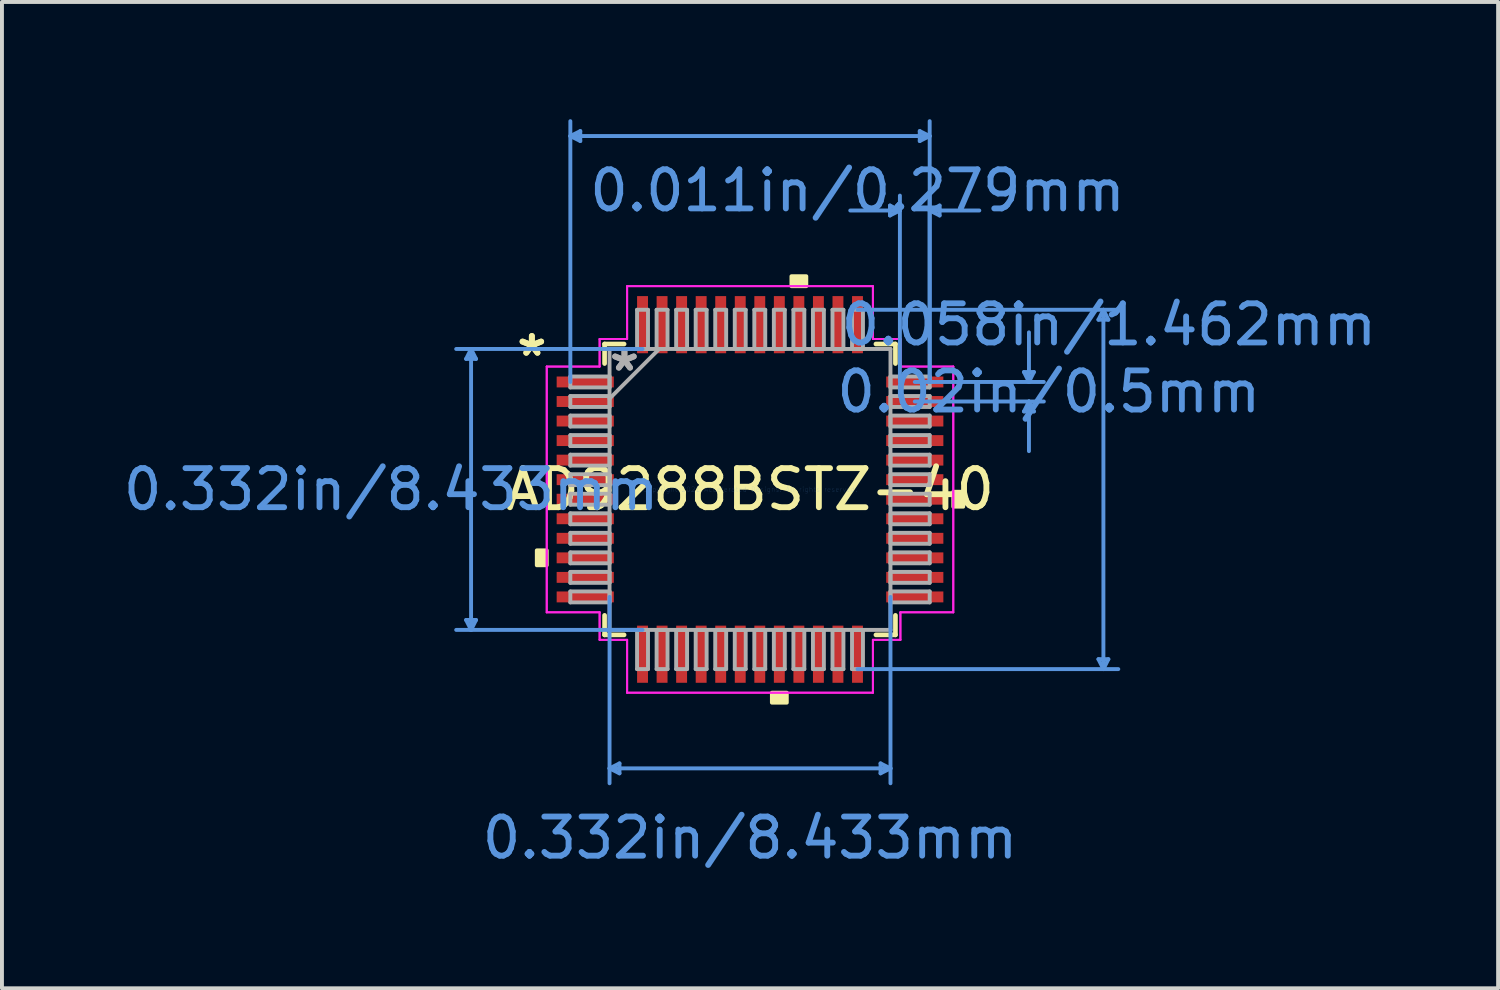
<source format=kicad_pcb>
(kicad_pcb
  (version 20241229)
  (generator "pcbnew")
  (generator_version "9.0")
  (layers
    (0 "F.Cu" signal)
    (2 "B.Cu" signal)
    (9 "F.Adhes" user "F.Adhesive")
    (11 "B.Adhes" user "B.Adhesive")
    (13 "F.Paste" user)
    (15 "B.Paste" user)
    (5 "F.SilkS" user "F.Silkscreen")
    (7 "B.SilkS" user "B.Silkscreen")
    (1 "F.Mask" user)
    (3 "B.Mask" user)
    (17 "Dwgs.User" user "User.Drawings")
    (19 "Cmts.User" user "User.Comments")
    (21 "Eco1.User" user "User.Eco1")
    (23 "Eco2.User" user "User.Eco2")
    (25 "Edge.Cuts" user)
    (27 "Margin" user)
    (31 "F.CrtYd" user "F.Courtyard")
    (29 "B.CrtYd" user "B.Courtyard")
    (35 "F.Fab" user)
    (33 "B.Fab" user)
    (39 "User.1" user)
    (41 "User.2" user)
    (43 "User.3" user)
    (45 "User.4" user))
  (footprint "AD9288BSTZ-40"
    (layer "F.Cu")
    (at 16.14 9.473)
    (property "Reference" "AD9288BSTZ-40" (at 0 0 0) (layer "F.SilkS") (effects (font (size 1 1) (thickness 0.15))))
    (attr through_hole)
    (fp_line (start -3.721 -3.721) (end -3.721 -3.222) (stroke (width 0.12) (type solid)) (layer "F.SilkS"))
    (fp_line (start -3.721 3.222) (end -3.721 3.721) (stroke (width 0.12) (type solid)) (layer "F.SilkS"))
    (fp_line (start -3.721 3.721) (end -3.222 3.721) (stroke (width 0.12) (type solid)) (layer "F.SilkS"))
    (fp_line (start -3.222 -3.721) (end -3.721 -3.721) (stroke (width 0.12) (type solid)) (layer "F.SilkS"))
    (fp_line (start 3.222 3.721) (end 3.721 3.721) (stroke (width 0.12) (type solid)) (layer "F.SilkS"))
    (fp_line (start 3.721 -3.721) (end 3.222 -3.721) (stroke (width 0.12) (type solid)) (layer "F.SilkS"))
    (fp_line (start 3.721 -3.222) (end 3.721 -3.721) (stroke (width 0.12) (type solid)) (layer "F.SilkS"))
    (fp_line (start 3.721 3.721) (end 3.721 3.222) (stroke (width 0.12) (type solid)) (layer "F.SilkS"))
    (fp_poly (pts (xy -5.455 1.559) (xy -5.455 1.94) (xy -5.201 1.94) (xy -5.201 1.559)) (stroke (width 0.1) (type solid)) (fill yes) (layer "F.SilkS"))
    (fp_poly (pts (xy 0.56 5.201) (xy 0.56 5.455) (xy 0.941 5.455) (xy 0.941 5.201)) (stroke (width 0.1) (type solid)) (fill yes) (layer "F.SilkS"))
    (fp_poly (pts (xy 1.06 -5.201) (xy 1.06 -5.455) (xy 1.44 -5.455) (xy 1.44 -5.201)) (stroke (width 0.1) (type solid)) (fill yes) (layer "F.SilkS"))
    (fp_poly (pts (xy 5.455 0.059) (xy 5.455 0.441) (xy 5.201 0.441) (xy 5.201 0.059)) (stroke (width 0.1) (type solid)) (fill yes) (layer "F.SilkS"))
    (fp_line (start -7.264 -3.34) (end -7.01 -3.34) (stroke (width 0.1) (type solid)) (layer "Cmts.User"))
    (fp_line (start -7.264 3.34) (end -7.01 3.34) (stroke (width 0.1) (type solid)) (layer "Cmts.User"))
    (fp_line (start -7.137 -3.594) (end -7.264 -3.34) (stroke (width 0.1) (type solid)) (layer "Cmts.User"))
    (fp_line (start -7.137 -3.594) (end -7.137 3.594) (stroke (width 0.1) (type solid)) (layer "Cmts.User"))
    (fp_line (start -7.137 -3.594) (end -7.01 -3.34) (stroke (width 0.1) (type solid)) (layer "Cmts.User"))
    (fp_line (start -7.137 3.594) (end -7.264 3.34) (stroke (width 0.1) (type solid)) (layer "Cmts.User"))
    (fp_line (start -7.137 3.594) (end -7.01 3.34) (stroke (width 0.1) (type solid)) (layer "Cmts.User"))
    (fp_line (start -4.597 -9.042) (end -4.343 -9.169) (stroke (width 0.1) (type solid)) (layer "Cmts.User"))
    (fp_line (start -4.597 -9.042) (end -4.343 -8.915) (stroke (width 0.1) (type solid)) (layer "Cmts.User"))
    (fp_line (start -4.597 -9.042) (end 4.597 -9.042) (stroke (width 0.1) (type solid)) (layer "Cmts.User"))
    (fp_line (start -4.597 -2.75) (end -4.597 -9.423) (stroke (width 0.1) (type solid)) (layer "Cmts.User"))
    (fp_line (start -4.343 -9.169) (end -4.343 -8.915) (stroke (width 0.1) (type solid)) (layer "Cmts.User"))
    (fp_line (start -3.594 2.75) (end -3.594 7.518) (stroke (width 0.1) (type solid)) (layer "Cmts.User"))
    (fp_line (start -3.594 7.137) (end -3.34 7.01) (stroke (width 0.1) (type solid)) (layer "Cmts.User"))
    (fp_line (start -3.594 7.137) (end -3.34 7.264) (stroke (width 0.1) (type solid)) (layer "Cmts.User"))
    (fp_line (start -3.594 7.137) (end 3.594 7.137) (stroke (width 0.1) (type solid)) (layer "Cmts.User"))
    (fp_line (start -3.34 7.01) (end -3.34 7.264) (stroke (width 0.1) (type solid)) (layer "Cmts.User"))
    (fp_line (start -2.75 -3.594) (end -7.518 -3.594) (stroke (width 0.1) (type solid)) (layer "Cmts.User"))
    (fp_line (start -2.75 3.594) (end -7.518 3.594) (stroke (width 0.1) (type solid)) (layer "Cmts.User"))
    (fp_line (start 2.75 -4.597) (end 9.423 -4.597) (stroke (width 0.1) (type solid)) (layer "Cmts.User"))
    (fp_line (start 2.75 4.597) (end 9.423 4.597) (stroke (width 0.1) (type solid)) (layer "Cmts.User"))
    (fp_line (start 3.34 7.01) (end 3.34 7.264) (stroke (width 0.1) (type solid)) (layer "Cmts.User"))
    (fp_line (start 3.581 -7.264) (end 3.581 -7.01) (stroke (width 0.1) (type solid)) (layer "Cmts.User"))
    (fp_line (start 3.594 2.75) (end 3.594 7.518) (stroke (width 0.1) (type solid)) (layer "Cmts.User"))
    (fp_line (start 3.594 7.137) (end 3.34 7.01) (stroke (width 0.1) (type solid)) (layer "Cmts.User"))
    (fp_line (start 3.594 7.137) (end 3.34 7.264) (stroke (width 0.1) (type solid)) (layer "Cmts.User"))
    (fp_line (start 3.835 -7.137) (end 2.565 -7.137) (stroke (width 0.1) (type solid)) (layer "Cmts.User"))
    (fp_line (start 3.835 -7.137) (end 3.581 -7.264) (stroke (width 0.1) (type solid)) (layer "Cmts.User"))
    (fp_line (start 3.835 -7.137) (end 3.581 -7.01) (stroke (width 0.1) (type solid)) (layer "Cmts.User"))
    (fp_line (start 3.835 -2.75) (end 3.835 -7.518) (stroke (width 0.1) (type solid)) (layer "Cmts.User"))
    (fp_line (start 4.216 -2.75) (end 7.518 -2.75) (stroke (width 0.1) (type solid)) (layer "Cmts.User"))
    (fp_line (start 4.216 -2.25) (end 7.518 -2.25) (stroke (width 0.1) (type solid)) (layer "Cmts.User"))
    (fp_line (start 4.343 -9.169) (end 4.343 -8.915) (stroke (width 0.1) (type solid)) (layer "Cmts.User"))
    (fp_line (start 4.597 -9.042) (end 4.343 -9.169) (stroke (width 0.1) (type solid)) (layer "Cmts.User"))
    (fp_line (start 4.597 -9.042) (end 4.343 -8.915) (stroke (width 0.1) (type solid)) (layer "Cmts.User"))
    (fp_line (start 4.597 -7.137) (end 4.851 -7.264) (stroke (width 0.1) (type solid)) (layer "Cmts.User"))
    (fp_line (start 4.597 -7.137) (end 4.851 -7.01) (stroke (width 0.1) (type solid)) (layer "Cmts.User"))
    (fp_line (start 4.597 -7.137) (end 5.867 -7.137) (stroke (width 0.1) (type solid)) (layer "Cmts.User"))
    (fp_line (start 4.597 -2.75) (end 4.597 -9.423) (stroke (width 0.1) (type solid)) (layer "Cmts.User"))
    (fp_line (start 4.597 -2.75) (end 4.597 -7.518) (stroke (width 0.1) (type solid)) (layer "Cmts.User"))
    (fp_line (start 4.851 -7.264) (end 4.851 -7.01) (stroke (width 0.1) (type solid)) (layer "Cmts.User"))
    (fp_line (start 7.01 -3.004) (end 7.264 -3.004) (stroke (width 0.1) (type solid)) (layer "Cmts.User"))
    (fp_line (start 7.01 -1.996) (end 7.264 -1.996) (stroke (width 0.1) (type solid)) (layer "Cmts.User"))
    (fp_line (start 7.137 -2.75) (end 7.01 -3.004) (stroke (width 0.1) (type solid)) (layer "Cmts.User"))
    (fp_line (start 7.137 -2.75) (end 7.137 -4.02) (stroke (width 0.1) (type solid)) (layer "Cmts.User"))
    (fp_line (start 7.137 -2.75) (end 7.264 -3.004) (stroke (width 0.1) (type solid)) (layer "Cmts.User"))
    (fp_line (start 7.137 -2.25) (end 7.01 -1.996) (stroke (width 0.1) (type solid)) (layer "Cmts.User"))
    (fp_line (start 7.137 -2.25) (end 7.137 -0.98) (stroke (width 0.1) (type solid)) (layer "Cmts.User"))
    (fp_line (start 7.137 -2.25) (end 7.264 -1.996) (stroke (width 0.1) (type solid)) (layer "Cmts.User"))
    (fp_line (start 8.915 -4.343) (end 9.169 -4.343) (stroke (width 0.1) (type solid)) (layer "Cmts.User"))
    (fp_line (start 8.915 4.343) (end 9.169 4.343) (stroke (width 0.1) (type solid)) (layer "Cmts.User"))
    (fp_line (start 9.042 -4.597) (end 8.915 -4.343) (stroke (width 0.1) (type solid)) (layer "Cmts.User"))
    (fp_line (start 9.042 -4.597) (end 9.042 4.597) (stroke (width 0.1) (type solid)) (layer "Cmts.User"))
    (fp_line (start 9.042 -4.597) (end 9.169 -4.343) (stroke (width 0.1) (type solid)) (layer "Cmts.User"))
    (fp_line (start 9.042 4.597) (end 8.915 4.343) (stroke (width 0.1) (type solid)) (layer "Cmts.User"))
    (fp_line (start 9.042 4.597) (end 9.169 4.343) (stroke (width 0.1) (type solid)) (layer "Cmts.User"))
    (fp_line (start -5.201 -3.144) (end -3.848 -3.144) (stroke (width 0.05) (type solid)) (layer "F.CrtYd"))
    (fp_line (start -5.201 -3.144) (end -3.848 -3.144) (stroke (width 0.05) (type solid)) (layer "F.CrtYd"))
    (fp_line (start -5.201 3.144) (end -5.201 -3.144) (stroke (width 0.05) (type solid)) (layer "F.CrtYd"))
    (fp_line (start -5.201 3.144) (end -5.201 -3.144) (stroke (width 0.05) (type solid)) (layer "F.CrtYd"))
    (fp_line (start -3.848 -3.848) (end -3.144 -3.848) (stroke (width 0.05) (type solid)) (layer "F.CrtYd"))
    (fp_line (start -3.848 -3.848) (end -3.144 -3.848) (stroke (width 0.05) (type solid)) (layer "F.CrtYd"))
    (fp_line (start -3.848 -3.144) (end -3.848 -3.848) (stroke (width 0.05) (type solid)) (layer "F.CrtYd"))
    (fp_line (start -3.848 -3.144) (end -3.848 -3.848) (stroke (width 0.05) (type solid)) (layer "F.CrtYd"))
    (fp_line (start -3.848 3.144) (end -5.201 3.144) (stroke (width 0.05) (type solid)) (layer "F.CrtYd"))
    (fp_line (start -3.848 3.144) (end -5.201 3.144) (stroke (width 0.05) (type solid)) (layer "F.CrtYd"))
    (fp_line (start -3.848 3.848) (end -3.848 3.144) (stroke (width 0.05) (type solid)) (layer "F.CrtYd"))
    (fp_line (start -3.848 3.848) (end -3.848 3.144) (stroke (width 0.05) (type solid)) (layer "F.CrtYd"))
    (fp_line (start -3.848 3.848) (end -3.144 3.848) (stroke (width 0.05) (type solid)) (layer "F.CrtYd"))
    (fp_line (start -3.144 -5.201) (end 3.144 -5.201) (stroke (width 0.05) (type solid)) (layer "F.CrtYd"))
    (fp_line (start -3.144 -5.201) (end 3.144 -5.201) (stroke (width 0.05) (type solid)) (layer "F.CrtYd"))
    (fp_line (start -3.144 -3.848) (end -3.144 -5.201) (stroke (width 0.05) (type solid)) (layer "F.CrtYd"))
    (fp_line (start -3.144 -3.848) (end -3.144 -5.201) (stroke (width 0.05) (type solid)) (layer "F.CrtYd"))
    (fp_line (start -3.144 3.848) (end -3.848 3.848) (stroke (width 0.05) (type solid)) (layer "F.CrtYd"))
    (fp_line (start -3.144 3.848) (end -3.144 5.201) (stroke (width 0.05) (type solid)) (layer "F.CrtYd"))
    (fp_line (start -3.144 5.201) (end -3.144 3.848) (stroke (width 0.05) (type solid)) (layer "F.CrtYd"))
    (fp_line (start -3.144 5.201) (end 3.144 5.201) (stroke (width 0.05) (type solid)) (layer "F.CrtYd"))
    (fp_line (start 3.144 -5.201) (end 3.144 -3.848) (stroke (width 0.05) (type solid)) (layer "F.CrtYd"))
    (fp_line (start 3.144 -5.201) (end 3.144 -3.848) (stroke (width 0.05) (type solid)) (layer "F.CrtYd"))
    (fp_line (start 3.144 -3.848) (end 3.848 -3.848) (stroke (width 0.05) (type solid)) (layer "F.CrtYd"))
    (fp_line (start 3.144 -3.848) (end 3.848 -3.848) (stroke (width 0.05) (type solid)) (layer "F.CrtYd"))
    (fp_line (start 3.144 3.848) (end 3.144 5.201) (stroke (width 0.05) (type solid)) (layer "F.CrtYd"))
    (fp_line (start 3.144 3.848) (end 3.848 3.848) (stroke (width 0.05) (type solid)) (layer "F.CrtYd"))
    (fp_line (start 3.144 5.201) (end -3.144 5.201) (stroke (width 0.05) (type solid)) (layer "F.CrtYd"))
    (fp_line (start 3.144 5.201) (end 3.144 3.848) (stroke (width 0.05) (type solid)) (layer "F.CrtYd"))
    (fp_line (start 3.848 -3.848) (end 3.848 -3.144) (stroke (width 0.05) (type solid)) (layer "F.CrtYd"))
    (fp_line (start 3.848 -3.144) (end 3.848 -3.848) (stroke (width 0.05) (type solid)) (layer "F.CrtYd"))
    (fp_line (start 3.848 -3.144) (end 5.201 -3.144) (stroke (width 0.05) (type solid)) (layer "F.CrtYd"))
    (fp_line (start 3.848 3.144) (end 3.848 3.848) (stroke (width 0.05) (type solid)) (layer "F.CrtYd"))
    (fp_line (start 3.848 3.144) (end 5.201 3.144) (stroke (width 0.05) (type solid)) (layer "F.CrtYd"))
    (fp_line (start 3.848 3.848) (end 3.144 3.848) (stroke (width 0.05) (type solid)) (layer "F.CrtYd"))
    (fp_line (start 3.848 3.848) (end 3.848 3.144) (stroke (width 0.05) (type solid)) (layer "F.CrtYd"))
    (fp_line (start 5.201 -3.144) (end 3.848 -3.144) (stroke (width 0.05) (type solid)) (layer "F.CrtYd"))
    (fp_line (start 5.201 -3.144) (end 5.201 3.144) (stroke (width 0.05) (type solid)) (layer "F.CrtYd"))
    (fp_line (start 5.201 3.144) (end 3.848 3.144) (stroke (width 0.05) (type solid)) (layer "F.CrtYd"))
    (fp_line (start 5.201 3.144) (end 5.201 -3.144) (stroke (width 0.05) (type solid)) (layer "F.CrtYd"))
    (fp_line (start -4.597 -2.89) (end -4.597 -2.61) (stroke (width 0.1) (type solid)) (layer "F.Fab"))
    (fp_line (start -4.597 -2.61) (end -3.594 -2.61) (stroke (width 0.1) (type solid)) (layer "F.Fab"))
    (fp_line (start -4.597 -2.39) (end -4.597 -2.11) (stroke (width 0.1) (type solid)) (layer "F.Fab"))
    (fp_line (start -4.597 -2.11) (end -3.594 -2.11) (stroke (width 0.1) (type solid)) (layer "F.Fab"))
    (fp_line (start -4.597 -1.89) (end -4.597 -1.61) (stroke (width 0.1) (type solid)) (layer "F.Fab"))
    (fp_line (start -4.597 -1.61) (end -3.594 -1.61) (stroke (width 0.1) (type solid)) (layer "F.Fab"))
    (fp_line (start -4.597 -1.39) (end -4.597 -1.11) (stroke (width 0.1) (type solid)) (layer "F.Fab"))
    (fp_line (start -4.597 -1.11) (end -3.594 -1.11) (stroke (width 0.1) (type solid)) (layer "F.Fab"))
    (fp_line (start -4.597 -0.89) (end -4.597 -0.61) (stroke (width 0.1) (type solid)) (layer "F.Fab"))
    (fp_line (start -4.597 -0.61) (end -3.594 -0.61) (stroke (width 0.1) (type solid)) (layer "F.Fab"))
    (fp_line (start -4.597 -0.39) (end -4.597 -0.11) (stroke (width 0.1) (type solid)) (layer "F.Fab"))
    (fp_line (start -4.597 -0.11) (end -3.594 -0.11) (stroke (width 0.1) (type solid)) (layer "F.Fab"))
    (fp_line (start -4.597 0.11) (end -4.597 0.39) (stroke (width 0.1) (type solid)) (layer "F.Fab"))
    (fp_line (start -4.597 0.39) (end -3.594 0.39) (stroke (width 0.1) (type solid)) (layer "F.Fab"))
    (fp_line (start -4.597 0.61) (end -4.597 0.89) (stroke (width 0.1) (type solid)) (layer "F.Fab"))
    (fp_line (start -4.597 0.89) (end -3.594 0.89) (stroke (width 0.1) (type solid)) (layer "F.Fab"))
    (fp_line (start -4.597 1.11) (end -4.597 1.39) (stroke (width 0.1) (type solid)) (layer "F.Fab"))
    (fp_line (start -4.597 1.39) (end -3.594 1.39) (stroke (width 0.1) (type solid)) (layer "F.Fab"))
    (fp_line (start -4.597 1.61) (end -4.597 1.89) (stroke (width 0.1) (type solid)) (layer "F.Fab"))
    (fp_line (start -4.597 1.89) (end -3.594 1.89) (stroke (width 0.1) (type solid)) (layer "F.Fab"))
    (fp_line (start -4.597 2.11) (end -4.597 2.39) (stroke (width 0.1) (type solid)) (layer "F.Fab"))
    (fp_line (start -4.597 2.39) (end -3.594 2.39) (stroke (width 0.1) (type solid)) (layer "F.Fab"))
    (fp_line (start -4.597 2.61) (end -4.597 2.89) (stroke (width 0.1) (type solid)) (layer "F.Fab"))
    (fp_line (start -4.597 2.89) (end -3.594 2.89) (stroke (width 0.1) (type solid)) (layer "F.Fab"))
    (fp_line (start -3.594 -3.594) (end -3.594 3.594) (stroke (width 0.1) (type solid)) (layer "F.Fab"))
    (fp_line (start -3.594 -2.89) (end -4.597 -2.89) (stroke (width 0.1) (type solid)) (layer "F.Fab"))
    (fp_line (start -3.594 -2.61) (end -3.594 -2.89) (stroke (width 0.1) (type solid)) (layer "F.Fab"))
    (fp_line (start -3.594 -2.39) (end -4.597 -2.39) (stroke (width 0.1) (type solid)) (layer "F.Fab"))
    (fp_line (start -3.594 -2.324) (end -2.324 -3.594) (stroke (width 0.1) (type solid)) (layer "F.Fab"))
    (fp_line (start -3.594 -2.11) (end -3.594 -2.39) (stroke (width 0.1) (type solid)) (layer "F.Fab"))
    (fp_line (start -3.594 -1.89) (end -4.597 -1.89) (stroke (width 0.1) (type solid)) (layer "F.Fab"))
    (fp_line (start -3.594 -1.61) (end -3.594 -1.89) (stroke (width 0.1) (type solid)) (layer "F.Fab"))
    (fp_line (start -3.594 -1.39) (end -4.597 -1.39) (stroke (width 0.1) (type solid)) (layer "F.Fab"))
    (fp_line (start -3.594 -1.11) (end -3.594 -1.39) (stroke (width 0.1) (type solid)) (layer "F.Fab"))
    (fp_line (start -3.594 -0.89) (end -4.597 -0.89) (stroke (width 0.1) (type solid)) (layer "F.Fab"))
    (fp_line (start -3.594 -0.61) (end -3.594 -0.89) (stroke (width 0.1) (type solid)) (layer "F.Fab"))
    (fp_line (start -3.594 -0.39) (end -4.597 -0.39) (stroke (width 0.1) (type solid)) (layer "F.Fab"))
    (fp_line (start -3.594 -0.11) (end -3.594 -0.39) (stroke (width 0.1) (type solid)) (layer "F.Fab"))
    (fp_line (start -3.594 0.11) (end -4.597 0.11) (stroke (width 0.1) (type solid)) (layer "F.Fab"))
    (fp_line (start -3.594 0.39) (end -3.594 0.11) (stroke (width 0.1) (type solid)) (layer "F.Fab"))
    (fp_line (start -3.594 0.61) (end -4.597 0.61) (stroke (width 0.1) (type solid)) (layer "F.Fab"))
    (fp_line (start -3.594 0.89) (end -3.594 0.61) (stroke (width 0.1) (type solid)) (layer "F.Fab"))
    (fp_line (start -3.594 1.11) (end -4.597 1.11) (stroke (width 0.1) (type solid)) (layer "F.Fab"))
    (fp_line (start -3.594 1.39) (end -3.594 1.11) (stroke (width 0.1) (type solid)) (layer "F.Fab"))
    (fp_line (start -3.594 1.61) (end -4.597 1.61) (stroke (width 0.1) (type solid)) (layer "F.Fab"))
    (fp_line (start -3.594 1.89) (end -3.594 1.61) (stroke (width 0.1) (type solid)) (layer "F.Fab"))
    (fp_line (start -3.594 2.11) (end -4.597 2.11) (stroke (width 0.1) (type solid)) (layer "F.Fab"))
    (fp_line (start -3.594 2.39) (end -3.594 2.11) (stroke (width 0.1) (type solid)) (layer "F.Fab"))
    (fp_line (start -3.594 2.61) (end -4.597 2.61) (stroke (width 0.1) (type solid)) (layer "F.Fab"))
    (fp_line (start -3.594 2.89) (end -3.594 2.61) (stroke (width 0.1) (type solid)) (layer "F.Fab"))
    (fp_line (start -3.594 3.594) (end 3.594 3.594) (stroke (width 0.1) (type solid)) (layer "F.Fab"))
    (fp_line (start -2.89 -4.597) (end -2.89 -3.594) (stroke (width 0.1) (type solid)) (layer "F.Fab"))
    (fp_line (start -2.89 -3.594) (end -2.61 -3.594) (stroke (width 0.1) (type solid)) (layer "F.Fab"))
    (fp_line (start -2.89 3.594) (end -2.89 4.597) (stroke (width 0.1) (type solid)) (layer "F.Fab"))
    (fp_line (start -2.89 4.597) (end -2.61 4.597) (stroke (width 0.1) (type solid)) (layer "F.Fab"))
    (fp_line (start -2.61 -4.597) (end -2.89 -4.597) (stroke (width 0.1) (type solid)) (layer "F.Fab"))
    (fp_line (start -2.61 -3.594) (end -2.61 -4.597) (stroke (width 0.1) (type solid)) (layer "F.Fab"))
    (fp_line (start -2.61 3.594) (end -2.89 3.594) (stroke (width 0.1) (type solid)) (layer "F.Fab"))
    (fp_line (start -2.61 4.597) (end -2.61 3.594) (stroke (width 0.1) (type solid)) (layer "F.Fab"))
    (fp_line (start -2.39 -4.597) (end -2.39 -3.594) (stroke (width 0.1) (type solid)) (layer "F.Fab"))
    (fp_line (start -2.39 -3.594) (end -2.11 -3.594) (stroke (width 0.1) (type solid)) (layer "F.Fab"))
    (fp_line (start -2.39 3.594) (end -2.39 4.597) (stroke (width 0.1) (type solid)) (layer "F.Fab"))
    (fp_line (start -2.39 4.597) (end -2.11 4.597) (stroke (width 0.1) (type solid)) (layer "F.Fab"))
    (fp_line (start -2.11 -4.597) (end -2.39 -4.597) (stroke (width 0.1) (type solid)) (layer "F.Fab"))
    (fp_line (start -2.11 -3.594) (end -2.11 -4.597) (stroke (width 0.1) (type solid)) (layer "F.Fab"))
    (fp_line (start -2.11 3.594) (end -2.39 3.594) (stroke (width 0.1) (type solid)) (layer "F.Fab"))
    (fp_line (start -2.11 4.597) (end -2.11 3.594) (stroke (width 0.1) (type solid)) (layer "F.Fab"))
    (fp_line (start -1.89 -4.597) (end -1.89 -3.594) (stroke (width 0.1) (type solid)) (layer "F.Fab"))
    (fp_line (start -1.89 -3.594) (end -1.61 -3.594) (stroke (width 0.1) (type solid)) (layer "F.Fab"))
    (fp_line (start -1.89 3.594) (end -1.89 4.597) (stroke (width 0.1) (type solid)) (layer "F.Fab"))
    (fp_line (start -1.89 4.597) (end -1.61 4.597) (stroke (width 0.1) (type solid)) (layer "F.Fab"))
    (fp_line (start -1.61 -4.597) (end -1.89 -4.597) (stroke (width 0.1) (type solid)) (layer "F.Fab"))
    (fp_line (start -1.61 -3.594) (end -1.61 -4.597) (stroke (width 0.1) (type solid)) (layer "F.Fab"))
    (fp_line (start -1.61 3.594) (end -1.89 3.594) (stroke (width 0.1) (type solid)) (layer "F.Fab"))
    (fp_line (start -1.61 4.597) (end -1.61 3.594) (stroke (width 0.1) (type solid)) (layer "F.Fab"))
    (fp_line (start -1.39 -4.597) (end -1.39 -3.594) (stroke (width 0.1) (type solid)) (layer "F.Fab"))
    (fp_line (start -1.39 -3.594) (end -1.11 -3.594) (stroke (width 0.1) (type solid)) (layer "F.Fab"))
    (fp_line (start -1.39 3.594) (end -1.39 4.597) (stroke (width 0.1) (type solid)) (layer "F.Fab"))
    (fp_line (start -1.39 4.597) (end -1.11 4.597) (stroke (width 0.1) (type solid)) (layer "F.Fab"))
    (fp_line (start -1.11 -4.597) (end -1.39 -4.597) (stroke (width 0.1) (type solid)) (layer "F.Fab"))
    (fp_line (start -1.11 -3.594) (end -1.11 -4.597) (stroke (width 0.1) (type solid)) (layer "F.Fab"))
    (fp_line (start -1.11 3.594) (end -1.39 3.594) (stroke (width 0.1) (type solid)) (layer "F.Fab"))
    (fp_line (start -1.11 4.597) (end -1.11 3.594) (stroke (width 0.1) (type solid)) (layer "F.Fab"))
    (fp_line (start -0.89 -4.597) (end -0.89 -3.594) (stroke (width 0.1) (type solid)) (layer "F.Fab"))
    (fp_line (start -0.89 -3.594) (end -0.61 -3.594) (stroke (width 0.1) (type solid)) (layer "F.Fab"))
    (fp_line (start -0.89 3.594) (end -0.89 4.597) (stroke (width 0.1) (type solid)) (layer "F.Fab"))
    (fp_line (start -0.89 4.597) (end -0.61 4.597) (stroke (width 0.1) (type solid)) (layer "F.Fab"))
    (fp_line (start -0.61 -4.597) (end -0.89 -4.597) (stroke (width 0.1) (type solid)) (layer "F.Fab"))
    (fp_line (start -0.61 -3.594) (end -0.61 -4.597) (stroke (width 0.1) (type solid)) (layer "F.Fab"))
    (fp_line (start -0.61 3.594) (end -0.89 3.594) (stroke (width 0.1) (type solid)) (layer "F.Fab"))
    (fp_line (start -0.61 4.597) (end -0.61 3.594) (stroke (width 0.1) (type solid)) (layer "F.Fab"))
    (fp_line (start -0.39 -4.597) (end -0.39 -3.594) (stroke (width 0.1) (type solid)) (layer "F.Fab"))
    (fp_line (start -0.39 -3.594) (end -0.11 -3.594) (stroke (width 0.1) (type solid)) (layer "F.Fab"))
    (fp_line (start -0.39 3.594) (end -0.39 4.597) (stroke (width 0.1) (type solid)) (layer "F.Fab"))
    (fp_line (start -0.39 4.597) (end -0.11 4.597) (stroke (width 0.1) (type solid)) (layer "F.Fab"))
    (fp_line (start -0.11 -4.597) (end -0.39 -4.597) (stroke (width 0.1) (type solid)) (layer "F.Fab"))
    (fp_line (start -0.11 -3.594) (end -0.11 -4.597) (stroke (width 0.1) (type solid)) (layer "F.Fab"))
    (fp_line (start -0.11 3.594) (end -0.39 3.594) (stroke (width 0.1) (type solid)) (layer "F.Fab"))
    (fp_line (start -0.11 4.597) (end -0.11 3.594) (stroke (width 0.1) (type solid)) (layer "F.Fab"))
    (fp_line (start 0.11 -4.597) (end 0.11 -3.594) (stroke (width 0.1) (type solid)) (layer "F.Fab"))
    (fp_line (start 0.11 -3.594) (end 0.39 -3.594) (stroke (width 0.1) (type solid)) (layer "F.Fab"))
    (fp_line (start 0.11 3.594) (end 0.11 4.597) (stroke (width 0.1) (type solid)) (layer "F.Fab"))
    (fp_line (start 0.11 4.597) (end 0.39 4.597) (stroke (width 0.1) (type solid)) (layer "F.Fab"))
    (fp_line (start 0.39 -4.597) (end 0.11 -4.597) (stroke (width 0.1) (type solid)) (layer "F.Fab"))
    (fp_line (start 0.39 -3.594) (end 0.39 -4.597) (stroke (width 0.1) (type solid)) (layer "F.Fab"))
    (fp_line (start 0.39 3.594) (end 0.11 3.594) (stroke (width 0.1) (type solid)) (layer "F.Fab"))
    (fp_line (start 0.39 4.597) (end 0.39 3.594) (stroke (width 0.1) (type solid)) (layer "F.Fab"))
    (fp_line (start 0.61 -4.597) (end 0.61 -3.594) (stroke (width 0.1) (type solid)) (layer "F.Fab"))
    (fp_line (start 0.61 -3.594) (end 0.89 -3.594) (stroke (width 0.1) (type solid)) (layer "F.Fab"))
    (fp_line (start 0.61 3.594) (end 0.61 4.597) (stroke (width 0.1) (type solid)) (layer "F.Fab"))
    (fp_line (start 0.61 4.597) (end 0.89 4.597) (stroke (width 0.1) (type solid)) (layer "F.Fab"))
    (fp_line (start 0.89 -4.597) (end 0.61 -4.597) (stroke (width 0.1) (type solid)) (layer "F.Fab"))
    (fp_line (start 0.89 -3.594) (end 0.89 -4.597) (stroke (width 0.1) (type solid)) (layer "F.Fab"))
    (fp_line (start 0.89 3.594) (end 0.61 3.594) (stroke (width 0.1) (type solid)) (layer "F.Fab"))
    (fp_line (start 0.89 4.597) (end 0.89 3.594) (stroke (width 0.1) (type solid)) (layer "F.Fab"))
    (fp_line (start 1.11 -4.597) (end 1.11 -3.594) (stroke (width 0.1) (type solid)) (layer "F.Fab"))
    (fp_line (start 1.11 -3.594) (end 1.39 -3.594) (stroke (width 0.1) (type solid)) (layer "F.Fab"))
    (fp_line (start 1.11 3.594) (end 1.11 4.597) (stroke (width 0.1) (type solid)) (layer "F.Fab"))
    (fp_line (start 1.11 4.597) (end 1.39 4.597) (stroke (width 0.1) (type solid)) (layer "F.Fab"))
    (fp_line (start 1.39 -4.597) (end 1.11 -4.597) (stroke (width 0.1) (type solid)) (layer "F.Fab"))
    (fp_line (start 1.39 -3.594) (end 1.39 -4.597) (stroke (width 0.1) (type solid)) (layer "F.Fab"))
    (fp_line (start 1.39 3.594) (end 1.11 3.594) (stroke (width 0.1) (type solid)) (layer "F.Fab"))
    (fp_line (start 1.39 4.597) (end 1.39 3.594) (stroke (width 0.1) (type solid)) (layer "F.Fab"))
    (fp_line (start 1.61 -4.597) (end 1.61 -3.594) (stroke (width 0.1) (type solid)) (layer "F.Fab"))
    (fp_line (start 1.61 -3.594) (end 1.89 -3.594) (stroke (width 0.1) (type solid)) (layer "F.Fab"))
    (fp_line (start 1.61 3.594) (end 1.61 4.597) (stroke (width 0.1) (type solid)) (layer "F.Fab"))
    (fp_line (start 1.61 4.597) (end 1.89 4.597) (stroke (width 0.1) (type solid)) (layer "F.Fab"))
    (fp_line (start 1.89 -4.597) (end 1.61 -4.597) (stroke (width 0.1) (type solid)) (layer "F.Fab"))
    (fp_line (start 1.89 -3.594) (end 1.89 -4.597) (stroke (width 0.1) (type solid)) (layer "F.Fab"))
    (fp_line (start 1.89 3.594) (end 1.61 3.594) (stroke (width 0.1) (type solid)) (layer "F.Fab"))
    (fp_line (start 1.89 4.597) (end 1.89 3.594) (stroke (width 0.1) (type solid)) (layer "F.Fab"))
    (fp_line (start 2.11 -4.597) (end 2.11 -3.594) (stroke (width 0.1) (type solid)) (layer "F.Fab"))
    (fp_line (start 2.11 -3.594) (end 2.39 -3.594) (stroke (width 0.1) (type solid)) (layer "F.Fab"))
    (fp_line (start 2.11 3.594) (end 2.11 4.597) (stroke (width 0.1) (type solid)) (layer "F.Fab"))
    (fp_line (start 2.11 4.597) (end 2.39 4.597) (stroke (width 0.1) (type solid)) (layer "F.Fab"))
    (fp_line (start 2.39 -4.597) (end 2.11 -4.597) (stroke (width 0.1) (type solid)) (layer "F.Fab"))
    (fp_line (start 2.39 -3.594) (end 2.39 -4.597) (stroke (width 0.1) (type solid)) (layer "F.Fab"))
    (fp_line (start 2.39 3.594) (end 2.11 3.594) (stroke (width 0.1) (type solid)) (layer "F.Fab"))
    (fp_line (start 2.39 4.597) (end 2.39 3.594) (stroke (width 0.1) (type solid)) (layer "F.Fab"))
    (fp_line (start 2.61 -4.597) (end 2.61 -3.594) (stroke (width 0.1) (type solid)) (layer "F.Fab"))
    (fp_line (start 2.61 -3.594) (end 2.89 -3.594) (stroke (width 0.1) (type solid)) (layer "F.Fab"))
    (fp_line (start 2.61 3.594) (end 2.61 4.597) (stroke (width 0.1) (type solid)) (layer "F.Fab"))
    (fp_line (start 2.61 4.597) (end 2.89 4.597) (stroke (width 0.1) (type solid)) (layer "F.Fab"))
    (fp_line (start 2.89 -4.597) (end 2.61 -4.597) (stroke (width 0.1) (type solid)) (layer "F.Fab"))
    (fp_line (start 2.89 -3.594) (end 2.89 -4.597) (stroke (width 0.1) (type solid)) (layer "F.Fab"))
    (fp_line (start 2.89 3.594) (end 2.61 3.594) (stroke (width 0.1) (type solid)) (layer "F.Fab"))
    (fp_line (start 2.89 4.597) (end 2.89 3.594) (stroke (width 0.1) (type solid)) (layer "F.Fab"))
    (fp_line (start 3.594 -3.594) (end -3.594 -3.594) (stroke (width 0.1) (type solid)) (layer "F.Fab"))
    (fp_line (start 3.594 -2.89) (end 3.594 -2.61) (stroke (width 0.1) (type solid)) (layer "F.Fab"))
    (fp_line (start 3.594 -2.61) (end 4.597 -2.61) (stroke (width 0.1) (type solid)) (layer "F.Fab"))
    (fp_line (start 3.594 -2.39) (end 3.594 -2.11) (stroke (width 0.1) (type solid)) (layer "F.Fab"))
    (fp_line (start 3.594 -2.11) (end 4.597 -2.11) (stroke (width 0.1) (type solid)) (layer "F.Fab"))
    (fp_line (start 3.594 -1.89) (end 3.594 -1.61) (stroke (width 0.1) (type solid)) (layer "F.Fab"))
    (fp_line (start 3.594 -1.61) (end 4.597 -1.61) (stroke (width 0.1) (type solid)) (layer "F.Fab"))
    (fp_line (start 3.594 -1.39) (end 3.594 -1.11) (stroke (width 0.1) (type solid)) (layer "F.Fab"))
    (fp_line (start 3.594 -1.11) (end 4.597 -1.11) (stroke (width 0.1) (type solid)) (layer "F.Fab"))
    (fp_line (start 3.594 -0.89) (end 3.594 -0.61) (stroke (width 0.1) (type solid)) (layer "F.Fab"))
    (fp_line (start 3.594 -0.61) (end 4.597 -0.61) (stroke (width 0.1) (type solid)) (layer "F.Fab"))
    (fp_line (start 3.594 -0.39) (end 3.594 -0.11) (stroke (width 0.1) (type solid)) (layer "F.Fab"))
    (fp_line (start 3.594 -0.11) (end 4.597 -0.11) (stroke (width 0.1) (type solid)) (layer "F.Fab"))
    (fp_line (start 3.594 0.11) (end 3.594 0.39) (stroke (width 0.1) (type solid)) (layer "F.Fab"))
    (fp_line (start 3.594 0.39) (end 4.597 0.39) (stroke (width 0.1) (type solid)) (layer "F.Fab"))
    (fp_line (start 3.594 0.61) (end 3.594 0.89) (stroke (width 0.1) (type solid)) (layer "F.Fab"))
    (fp_line (start 3.594 0.89) (end 4.597 0.89) (stroke (width 0.1) (type solid)) (layer "F.Fab"))
    (fp_line (start 3.594 1.11) (end 3.594 1.39) (stroke (width 0.1) (type solid)) (layer "F.Fab"))
    (fp_line (start 3.594 1.39) (end 4.597 1.39) (stroke (width 0.1) (type solid)) (layer "F.Fab"))
    (fp_line (start 3.594 1.61) (end 3.594 1.89) (stroke (width 0.1) (type solid)) (layer "F.Fab"))
    (fp_line (start 3.594 1.89) (end 4.597 1.89) (stroke (width 0.1) (type solid)) (layer "F.Fab"))
    (fp_line (start 3.594 2.11) (end 3.594 2.39) (stroke (width 0.1) (type solid)) (layer "F.Fab"))
    (fp_line (start 3.594 2.39) (end 4.597 2.39) (stroke (width 0.1) (type solid)) (layer "F.Fab"))
    (fp_line (start 3.594 2.61) (end 3.594 2.89) (stroke (width 0.1) (type solid)) (layer "F.Fab"))
    (fp_line (start 3.594 2.89) (end 4.597 2.89) (stroke (width 0.1) (type solid)) (layer "F.Fab"))
    (fp_line (start 3.594 3.594) (end 3.594 -3.594) (stroke (width 0.1) (type solid)) (layer "F.Fab"))
    (fp_line (start 4.597 -2.89) (end 3.594 -2.89) (stroke (width 0.1) (type solid)) (layer "F.Fab"))
    (fp_line (start 4.597 -2.61) (end 4.597 -2.89) (stroke (width 0.1) (type solid)) (layer "F.Fab"))
    (fp_line (start 4.597 -2.39) (end 3.594 -2.39) (stroke (width 0.1) (type solid)) (layer "F.Fab"))
    (fp_line (start 4.597 -2.11) (end 4.597 -2.39) (stroke (width 0.1) (type solid)) (layer "F.Fab"))
    (fp_line (start 4.597 -1.89) (end 3.594 -1.89) (stroke (width 0.1) (type solid)) (layer "F.Fab"))
    (fp_line (start 4.597 -1.61) (end 4.597 -1.89) (stroke (width 0.1) (type solid)) (layer "F.Fab"))
    (fp_line (start 4.597 -1.39) (end 3.594 -1.39) (stroke (width 0.1) (type solid)) (layer "F.Fab"))
    (fp_line (start 4.597 -1.11) (end 4.597 -1.39) (stroke (width 0.1) (type solid)) (layer "F.Fab"))
    (fp_line (start 4.597 -0.89) (end 3.594 -0.89) (stroke (width 0.1) (type solid)) (layer "F.Fab"))
    (fp_line (start 4.597 -0.61) (end 4.597 -0.89) (stroke (width 0.1) (type solid)) (layer "F.Fab"))
    (fp_line (start 4.597 -0.39) (end 3.594 -0.39) (stroke (width 0.1) (type solid)) (layer "F.Fab"))
    (fp_line (start 4.597 -0.11) (end 4.597 -0.39) (stroke (width 0.1) (type solid)) (layer "F.Fab"))
    (fp_line (start 4.597 0.11) (end 3.594 0.11) (stroke (width 0.1) (type solid)) (layer "F.Fab"))
    (fp_line (start 4.597 0.39) (end 4.597 0.11) (stroke (width 0.1) (type solid)) (layer "F.Fab"))
    (fp_line (start 4.597 0.61) (end 3.594 0.61) (stroke (width 0.1) (type solid)) (layer "F.Fab"))
    (fp_line (start 4.597 0.89) (end 4.597 0.61) (stroke (width 0.1) (type solid)) (layer "F.Fab"))
    (fp_line (start 4.597 1.11) (end 3.594 1.11) (stroke (width 0.1) (type solid)) (layer "F.Fab"))
    (fp_line (start 4.597 1.39) (end 4.597 1.11) (stroke (width 0.1) (type solid)) (layer "F.Fab"))
    (fp_line (start 4.597 1.61) (end 3.594 1.61) (stroke (width 0.1) (type solid)) (layer "F.Fab"))
    (fp_line (start 4.597 1.89) (end 4.597 1.61) (stroke (width 0.1) (type solid)) (layer "F.Fab"))
    (fp_line (start 4.597 2.11) (end 3.594 2.11) (stroke (width 0.1) (type solid)) (layer "F.Fab"))
    (fp_line (start 4.597 2.39) (end 4.597 2.11) (stroke (width 0.1) (type solid)) (layer "F.Fab"))
    (fp_line (start 4.597 2.61) (end 3.594 2.61) (stroke (width 0.1) (type solid)) (layer "F.Fab"))
    (fp_line (start 4.597 2.89) (end 4.597 2.61) (stroke (width 0.1) (type solid)) (layer "F.Fab"))
    (fp_text user "*" (at -5.582 -3.381 0) (layer "F.SilkS") (effects (font (size 1 1) (thickness 0.15))))
    (fp_text user "*" (at -5.582 -3.381 0) (layer "F.SilkS") (effects (font (size 1 1) (thickness 0.15))))
    (fp_text user "0.332in/8.433mm" (at -9.182 0 0) (layer "Cmts.User") (effects (font (size 1 1) (thickness 0.15))))
    (fp_text user "0.011in/0.279mm" (at 2.75 -7.645 0) (layer "Cmts.User") (effects (font (size 1 1) (thickness 0.15))))
    (fp_text user "Copyright 2021 Accelerated Designs. All rights reserved." (at 0 0 0) (layer "Cmts.User") (effects (font (size 0.127 0.127) (thickness 0.002))))
    (fp_text user "0.058in/1.462mm" (at 9.182 -4.216 0) (layer "Cmts.User") (effects (font (size 1 1) (thickness 0.15))))
    (fp_text user "0.332in/8.433mm" (at 0 8.915 0) (layer "Cmts.User") (effects (font (size 1 1) (thickness 0.15))))
    (fp_text user "0.02in/0.5mm" (at 7.645 -2.5 0) (layer "Cmts.User") (effects (font (size 1 1) (thickness 0.15))))
    (fp_text user "*" (at -3.213 -3 0) (layer "F.Fab") (effects (font (size 1 1) (thickness 0.15))))
    (fp_text user "*" (at -3.213 -3 0) (layer "F.Fab") (effects (font (size 1 1) (thickness 0.15))))
    (pad "1" smd rect (at -4.216 -2.75 90) (size 0.279 1.462) (layers "F.Cu" "F.Mask" "F.Paste"))
    (pad "2" smd rect (at -4.216 -2.25 90) (size 0.279 1.462) (layers "F.Cu" "F.Mask" "F.Paste"))
    (pad "3" smd rect (at -4.216 -1.75 90) (size 0.279 1.462) (layers "F.Cu" "F.Mask" "F.Paste"))
    (pad "4" smd rect (at -4.216 -1.25 90) (size 0.279 1.462) (layers "F.Cu" "F.Mask" "F.Paste"))
    (pad "5" smd rect (at -4.216 -0.75 90) (size 0.279 1.462) (layers "F.Cu" "F.Mask" "F.Paste"))
    (pad "6" smd rect (at -4.216 -0.25 90) (size 0.279 1.462) (layers "F.Cu" "F.Mask" "F.Paste"))
    (pad "7" smd rect (at -4.216 0.25 90) (size 0.279 1.462) (layers "F.Cu" "F.Mask" "F.Paste"))
    (pad "8" smd rect (at -4.216 0.75 90) (size 0.279 1.462) (layers "F.Cu" "F.Mask" "F.Paste"))
    (pad "9" smd rect (at -4.216 1.25 90) (size 0.279 1.462) (layers "F.Cu" "F.Mask" "F.Paste"))
    (pad "10" smd rect (at -4.216 1.75 90) (size 0.279 1.462) (layers "F.Cu" "F.Mask" "F.Paste"))
    (pad "11" smd rect (at -4.216 2.25 90) (size 0.279 1.462) (layers "F.Cu" "F.Mask" "F.Paste"))
    (pad "12" smd rect (at -4.216 2.75 90) (size 0.279 1.462) (layers "F.Cu" "F.Mask" "F.Paste"))
    (pad "13" smd rect (at -2.75 4.216) (size 0.279 1.462) (layers "F.Cu" "F.Mask" "F.Paste"))
    (pad "14" smd rect (at -2.25 4.216) (size 0.279 1.462) (layers "F.Cu" "F.Mask" "F.Paste"))
    (pad "15" smd rect (at -1.75 4.216) (size 0.279 1.462) (layers "F.Cu" "F.Mask" "F.Paste"))
    (pad "16" smd rect (at -1.25 4.216) (size 0.279 1.462) (layers "F.Cu" "F.Mask" "F.Paste"))
    (pad "17" smd rect (at -0.75 4.216) (size 0.279 1.462) (layers "F.Cu" "F.Mask" "F.Paste"))
    (pad "18" smd rect (at -0.25 4.216) (size 0.279 1.462) (layers "F.Cu" "F.Mask" "F.Paste"))
    (pad "19" smd rect (at 0.25 4.216) (size 0.279 1.462) (layers "F.Cu" "F.Mask" "F.Paste"))
    (pad "20" smd rect (at 0.75 4.216) (size 0.279 1.462) (layers "F.Cu" "F.Mask" "F.Paste"))
    (pad "21" smd rect (at 1.25 4.216) (size 0.279 1.462) (layers "F.Cu" "F.Mask" "F.Paste"))
    (pad "22" smd rect (at 1.75 4.216) (size 0.279 1.462) (layers "F.Cu" "F.Mask" "F.Paste"))
    (pad "23" smd rect (at 2.25 4.216) (size 0.279 1.462) (layers "F.Cu" "F.Mask" "F.Paste"))
    (pad "24" smd rect (at 2.75 4.216) (size 0.279 1.462) (layers "F.Cu" "F.Mask" "F.Paste"))
    (pad "25" smd rect (at 4.216 2.75 90) (size 0.279 1.462) (layers "F.Cu" "F.Mask" "F.Paste"))
    (pad "26" smd rect (at 4.216 2.25 90) (size 0.279 1.462) (layers "F.Cu" "F.Mask" "F.Paste"))
    (pad "27" smd rect (at 4.216 1.75 90) (size 0.279 1.462) (layers "F.Cu" "F.Mask" "F.Paste"))
    (pad "28" smd rect (at 4.216 1.25 90) (size 0.279 1.462) (layers "F.Cu" "F.Mask" "F.Paste"))
    (pad "29" smd rect (at 4.216 0.75 90) (size 0.279 1.462) (layers "F.Cu" "F.Mask" "F.Paste"))
    (pad "30" smd rect (at 4.216 0.25 90) (size 0.279 1.462) (layers "F.Cu" "F.Mask" "F.Paste"))
    (pad "31" smd rect (at 4.216 -0.25 90) (size 0.279 1.462) (layers "F.Cu" "F.Mask" "F.Paste"))
    (pad "32" smd rect (at 4.216 -0.75 90) (size 0.279 1.462) (layers "F.Cu" "F.Mask" "F.Paste"))
    (pad "33" smd rect (at 4.216 -1.25 90) (size 0.279 1.462) (layers "F.Cu" "F.Mask" "F.Paste"))
    (pad "34" smd rect (at 4.216 -1.75 90) (size 0.279 1.462) (layers "F.Cu" "F.Mask" "F.Paste"))
    (pad "35" smd rect (at 4.216 -2.25 90) (size 0.279 1.462) (layers "F.Cu" "F.Mask" "F.Paste"))
    (pad "36" smd rect (at 4.216 -2.75 90) (size 0.279 1.462) (layers "F.Cu" "F.Mask" "F.Paste"))
    (pad "37" smd rect (at 2.75 -4.216) (size 0.279 1.462) (layers "F.Cu" "F.Mask" "F.Paste"))
    (pad "38" smd rect (at 2.25 -4.216) (size 0.279 1.462) (layers "F.Cu" "F.Mask" "F.Paste"))
    (pad "39" smd rect (at 1.75 -4.216) (size 0.279 1.462) (layers "F.Cu" "F.Mask" "F.Paste"))
    (pad "40" smd rect (at 1.25 -4.216) (size 0.279 1.462) (layers "F.Cu" "F.Mask" "F.Paste"))
    (pad "41" smd rect (at 0.75 -4.216) (size 0.279 1.462) (layers "F.Cu" "F.Mask" "F.Paste"))
    (pad "42" smd rect (at 0.25 -4.216) (size 0.279 1.462) (layers "F.Cu" "F.Mask" "F.Paste"))
    (pad "43" smd rect (at -0.25 -4.216) (size 0.279 1.462) (layers "F.Cu" "F.Mask" "F.Paste"))
    (pad "44" smd rect (at -0.75 -4.216) (size 0.279 1.462) (layers "F.Cu" "F.Mask" "F.Paste"))
    (pad "45" smd rect (at -1.25 -4.216) (size 0.279 1.462) (layers "F.Cu" "F.Mask" "F.Paste"))
    (pad "46" smd rect (at -1.75 -4.216) (size 0.279 1.462) (layers "F.Cu" "F.Mask" "F.Paste"))
    (pad "47" smd rect (at -2.25 -4.216) (size 0.279 1.462) (layers "F.Cu" "F.Mask" "F.Paste"))
    (pad "48" smd rect (at -2.75 -4.216) (size 0.279 1.462) (layers "F.Cu" "F.Mask" "F.Paste")))
  (gr_rect
    (start -3 -3)
    (end 35.281 22.237)
    (stroke (width 0.1) (type default))
    (fill no)
    (layer "Edge.Cuts")))
</source>
